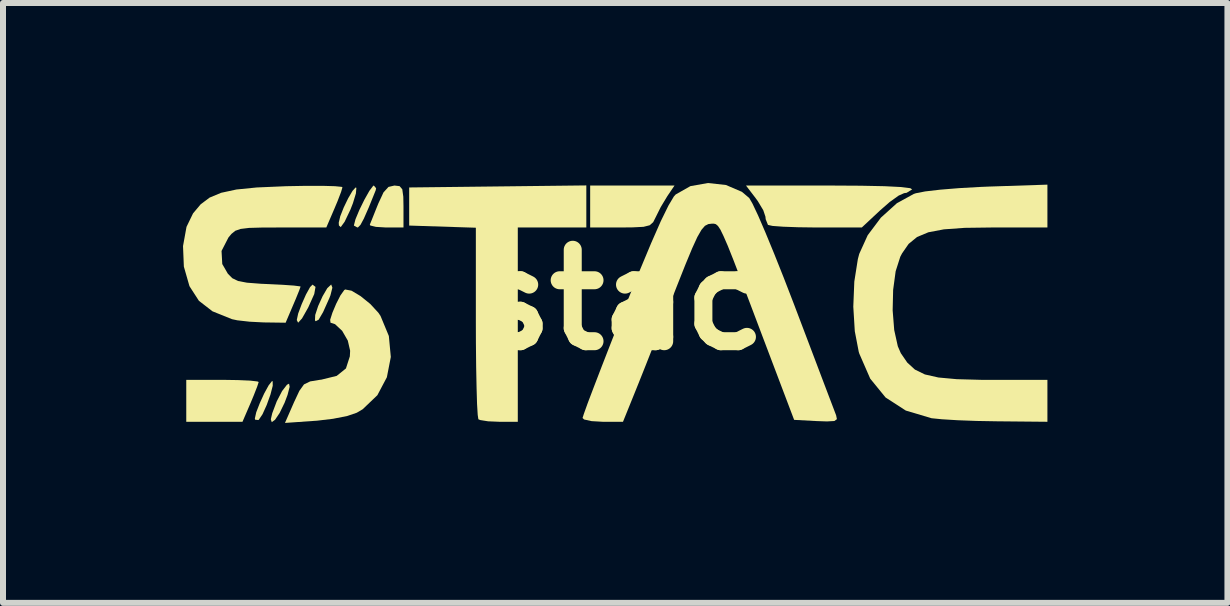
<source format=kicad_pcb>
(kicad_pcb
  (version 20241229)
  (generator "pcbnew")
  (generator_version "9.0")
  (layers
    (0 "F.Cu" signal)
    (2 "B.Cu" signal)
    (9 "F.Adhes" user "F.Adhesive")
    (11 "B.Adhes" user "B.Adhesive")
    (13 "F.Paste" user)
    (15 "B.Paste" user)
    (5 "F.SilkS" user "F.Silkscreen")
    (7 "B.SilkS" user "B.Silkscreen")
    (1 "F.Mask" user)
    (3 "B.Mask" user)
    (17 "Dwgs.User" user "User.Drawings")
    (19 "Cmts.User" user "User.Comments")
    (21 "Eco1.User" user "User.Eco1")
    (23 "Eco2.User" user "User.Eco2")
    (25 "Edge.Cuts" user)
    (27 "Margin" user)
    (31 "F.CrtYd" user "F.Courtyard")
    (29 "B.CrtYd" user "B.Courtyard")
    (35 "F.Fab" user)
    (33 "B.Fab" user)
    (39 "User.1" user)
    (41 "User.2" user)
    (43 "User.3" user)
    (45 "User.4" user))
  (footprint "stac"
    (layer "F.Cu")
    (at 7.293 1.947)
    (property "Reference" "stac" (at 0 0 0) (layer "F.SilkS") (effects (font (size 1.524 1.524) (thickness 0.3))))
    (attr board_only exclude_from_pos_files exclude_from_bom)
    (fp_poly (pts (xy -6.377 1.337) (xy -6.173 1.346) (xy -6.053 1.36) (xy -6.032 1.369) (xy -6.056 1.443) (xy -6.115 1.594) (xy -6.167 1.719) (xy -6.302 2.032) (xy -7.239 2.032) (xy -7.239 1.333) (xy -6.636 1.333)) (stroke (width 0) (type solid)) (fill yes) (layer "F.SilkS"))
    (fp_poly (pts (xy 0.779 -1.73) (xy 0.668 -1.546) (xy 0.586 -1.381) (xy 0.542 -1.294) (xy 0.484 -1.243) (xy 0.381 -1.217) (xy 0.203 -1.208) (xy 0.001 -1.206) (xy -0.508 -1.206) (xy -0.508 -1.905) (xy 0.898 -1.905)) (stroke (width 0) (type solid)) (fill yes) (layer "F.SilkS"))
    (fp_poly (pts (xy -5.516 1.449) (xy -5.551 1.584) (xy -5.6 1.714) (xy -5.684 1.887) (xy -5.76 1.999) (xy -5.814 2.038) (xy -5.83 1.991) (xy -5.806 1.889) (xy -5.731 1.691) (xy -5.642 1.52) (xy -5.561 1.415) (xy -5.526 1.397)) (stroke (width 0) (type solid)) (fill yes) (layer "F.SilkS"))
    (fp_poly (pts (xy -5.085 -0.216) (xy -5.106 -0.097) (xy -5.201 0.115) (xy -5.208 0.13) (xy -5.31 0.31) (xy -5.375 0.381) (xy -5.397 0.337) (xy -5.397 0.335) (xy -5.374 0.228) (xy -5.316 0.073) (xy -5.244 -0.089) (xy -5.176 -0.212) (xy -5.135 -0.254)) (stroke (width 0) (type solid)) (fill yes) (layer "F.SilkS"))
    (fp_poly (pts (xy -4.804 -0.203) (xy -4.836 -0.076) (xy -4.853 -0.032) (xy -4.959 0.205) (xy -5.033 0.331) (xy -5.082 0.356) (xy -5.094 0.342) (xy -5.09 0.252) (xy -5.041 0.103) (xy -4.967 -0.06) (xy -4.889 -0.194) (xy -4.826 -0.254) (xy -4.823 -0.254)) (stroke (width 0) (type solid)) (fill yes) (layer "F.SilkS"))
    (fp_poly (pts (xy -4.404 -1.867) (xy -4.412 -1.773) (xy -4.462 -1.609) (xy -4.504 -1.502) (xy -4.6 -1.301) (xy -4.665 -1.212) (xy -4.695 -1.24) (xy -4.698 -1.286) (xy -4.673 -1.392) (xy -4.615 -1.539) (xy -4.541 -1.692) (xy -4.469 -1.815) (xy -4.417 -1.873)) (stroke (width 0) (type solid)) (fill yes) (layer "F.SilkS"))
    (fp_poly (pts (xy -5.798 1.432) (xy -5.836 1.579) (xy -5.898 1.751) (xy -5.968 1.906) (xy -6.03 1.998) (xy -6.038 2.003) (xy -6.092 1.997) (xy -6.096 1.978) (xy -6.073 1.874) (xy -6.014 1.722) (xy -5.94 1.56) (xy -5.866 1.425) (xy -5.812 1.356) (xy -5.799 1.355)) (stroke (width 0) (type solid)) (fill yes) (layer "F.SilkS"))
    (fp_poly (pts (xy -4.075 -1.86) (xy -4.082 -1.826) (xy -4.198 -1.539) (xy -4.28 -1.353) (xy -4.336 -1.249) (xy -4.376 -1.209) (xy -4.388 -1.206) (xy -4.444 -1.237) (xy -4.445 -1.242) (xy -4.419 -1.343) (xy -4.354 -1.499) (xy -4.27 -1.67) (xy -4.187 -1.817) (xy -4.125 -1.899) (xy -4.113 -1.905)) (stroke (width 0) (type solid)) (fill yes) (layer "F.SilkS"))
    (fp_poly (pts (xy -3.684 -1.895) (xy -3.639 -1.843) (xy -3.622 -1.719) (xy -3.619 -1.556) (xy -3.619 -1.206) (xy -3.911 -1.206) (xy -4.078 -1.216) (xy -4.172 -1.239) (xy -4.18 -1.254) (xy -4.146 -1.337) (xy -4.083 -1.495) (xy -4.039 -1.604) (xy -3.952 -1.791) (xy -3.869 -1.882) (xy -3.77 -1.905)) (stroke (width 0) (type solid)) (fill yes) (layer "F.SilkS"))
    (fp_poly (pts (xy -0.572 -1.206) (xy -1.714 -1.206) (xy -1.714 2.032) (xy -2.021 2.032) (xy -2.21 2.024) (xy -2.341 2.003) (xy -2.371 1.99) (xy -2.382 1.917) (xy -2.393 1.735) (xy -2.401 1.461) (xy -2.408 1.114) (xy -2.412 0.71) (xy -2.413 0.373) (xy -2.413 -1.202) (xy -3.524 -1.238) (xy -3.524 -1.873) (xy -2.048 -1.89) (xy -0.572 -1.907)) (stroke (width 0) (type solid)) (fill yes) (layer "F.SilkS"))
    (fp_poly (pts (xy 4.005 -1.902) (xy 4.399 -1.894) (xy 4.674 -1.88) (xy 4.826 -1.861) (xy 4.858 -1.841) (xy 4.766 -1.784) (xy 4.724 -1.778) (xy 4.632 -1.737) (xy 4.483 -1.63) (xy 4.325 -1.492) (xy 4.019 -1.206) (xy 3.258 -1.206) (xy 2.959 -1.21) (xy 2.708 -1.219) (xy 2.531 -1.232) (xy 2.455 -1.249) (xy 2.417 -1.344) (xy 2.413 -1.386) (xy 2.377 -1.493) (xy 2.286 -1.645) (xy 2.251 -1.693) (xy 2.089 -1.905) (xy 3.493 -1.905)) (stroke (width 0) (type solid)) (fill yes) (layer "F.SilkS"))
    (fp_poly (pts (xy -4.486 -0.153) (xy -4.335 -0.063) (xy -4.173 0.068) (xy -4.038 0.214) (xy -4.002 0.267) (xy -3.863 0.602) (xy -3.83 0.952) (xy -3.896 1.29) (xy -4.054 1.589) (xy -4.299 1.823) (xy -4.397 1.881) (xy -4.555 1.935) (xy -4.793 1.982) (xy -5.061 2.014) (xy -5.093 2.016) (xy -5.594 2.051) (xy -5.444 1.708) (xy -5.354 1.516) (xy -5.277 1.409) (xy -5.174 1.359) (xy -5.008 1.332) (xy -4.988 1.33) (xy -4.732 1.267) (xy -4.578 1.143) (xy -4.513 0.942) (xy -4.508 0.848) (xy -4.547 0.679) (xy -4.641 0.516) (xy -4.76 0.405) (xy -4.835 0.381) (xy -4.841 0.332) (xy -4.803 0.213) (xy -4.74 0.064) (xy -4.669 -0.075) (xy -4.607 -0.162) (xy -4.591 -0.173)) (stroke (width 0) (type solid)) (fill yes) (layer "F.SilkS"))
    (fp_poly (pts (xy -4.966 -1.9) (xy -4.76 -1.894) (xy -4.649 -1.883) (xy -4.636 -1.876) (xy -4.659 -1.798) (xy -4.718 -1.644) (xy -4.77 -1.52) (xy -4.905 -1.206) (xy -5.655 -1.206) (xy -5.974 -1.205) (xy -6.192 -1.199) (xy -6.333 -1.182) (xy -6.422 -1.151) (xy -6.486 -1.099) (xy -6.536 -1.039) (xy -6.651 -0.815) (xy -6.639 -0.597) (xy -6.546 -0.436) (xy -6.472 -0.361) (xy -6.376 -0.314) (xy -6.227 -0.286) (xy -5.994 -0.268) (xy -5.879 -0.263) (xy -5.634 -0.251) (xy -5.446 -0.238) (xy -5.344 -0.225) (xy -5.334 -0.221) (xy -5.357 -0.156) (xy -5.415 -0.013) (xy -5.459 0.09) (xy -5.583 0.381) (xy -5.951 0.376) (xy -6.184 0.364) (xy -6.388 0.341) (xy -6.477 0.322) (xy -6.802 0.191) (xy -7.028 0.016) (xy -7.182 -0.222) (xy -7.188 -0.236) (xy -7.279 -0.554) (xy -7.293 -0.896) (xy -7.235 -1.216) (xy -7.126 -1.441) (xy -6.999 -1.592) (xy -6.85 -1.704) (xy -6.658 -1.784) (xy -6.403 -1.839) (xy -6.064 -1.873) (xy -5.62 -1.892) (xy -5.572 -1.894) (xy -5.244 -1.9)) (stroke (width 0) (type solid)) (fill yes) (layer "F.SilkS"))
    (fp_poly (pts (xy 7.112 -1.206) (xy 6.189 -1.206) (xy 5.734 -1.2) (xy 5.387 -1.175) (xy 5.128 -1.126) (xy 4.939 -1.047) (xy 4.799 -0.932) (xy 4.69 -0.775) (xy 4.66 -0.718) (xy 4.583 -0.477) (xy 4.541 -0.166) (xy 4.533 0.175) (xy 4.559 0.503) (xy 4.619 0.774) (xy 4.669 0.889) (xy 4.777 1.046) (xy 4.904 1.162) (xy 5.07 1.243) (xy 5.296 1.294) (xy 5.602 1.322) (xy 6.007 1.333) (xy 6.175 1.333) (xy 7.112 1.333) (xy 7.112 2.032) (xy 6.271 2.024) (xy 5.931 2.018) (xy 5.614 2.006) (xy 5.354 1.99) (xy 5.184 1.973) (xy 5.175 1.971) (xy 4.752 1.845) (xy 4.415 1.627) (xy 4.159 1.313) (xy 3.978 0.898) (xy 3.968 0.867) (xy 3.902 0.523) (xy 3.877 0.114) (xy 3.894 -0.305) (xy 3.953 -0.679) (xy 3.976 -0.766) (xy 4.117 -1.077) (xy 4.337 -1.37) (xy 4.604 -1.611) (xy 4.885 -1.765) (xy 4.921 -1.777) (xy 5.075 -1.807) (xy 5.325 -1.836) (xy 5.643 -1.862) (xy 5.997 -1.882) (xy 6.144 -1.888) (xy 7.112 -1.92)) (stroke (width 0) (type solid)) (fill yes) (layer "F.SilkS"))
    (fp_poly (pts (xy 1.755 -1.914) (xy 2.021 -1.8) (xy 2.143 -1.697) (xy 2.198 -1.602) (xy 2.291 -1.405) (xy 2.413 -1.122) (xy 2.558 -0.77) (xy 2.719 -0.366) (xy 2.889 0.074) (xy 2.909 0.127) (xy 3.076 0.567) (xy 3.23 0.973) (xy 3.364 1.327) (xy 3.473 1.614) (xy 3.55 1.816) (xy 3.589 1.919) (xy 3.591 1.924) (xy 3.604 1.988) (xy 3.562 2.019) (xy 3.439 2.026) (xy 3.263 2.02) (xy 2.891 2) (xy 2.35 0.572) (xy 2.155 0.056) (xy 1.999 -0.353) (xy 1.878 -0.668) (xy 1.785 -0.901) (xy 1.714 -1.064) (xy 1.662 -1.171) (xy 1.621 -1.232) (xy 1.587 -1.261) (xy 1.553 -1.27) (xy 1.524 -1.27) (xy 1.462 -1.263) (xy 1.405 -1.234) (xy 1.347 -1.167) (xy 1.278 -1.047) (xy 1.192 -0.859) (xy 1.08 -0.589) (xy 0.934 -0.221) (xy 0.86 -0.032) (xy 0.707 0.357) (xy 0.554 0.745) (xy 0.414 1.1) (xy 0.298 1.391) (xy 0.238 1.54) (xy 0.039 2.032) (xy -0.298 2.032) (xy -0.486 2.021) (xy -0.608 1.994) (xy -0.635 1.969) (xy -0.612 1.897) (xy -0.549 1.721) (xy -0.449 1.458) (xy -0.32 1.122) (xy -0.167 0.729) (xy 0.004 0.293) (xy 0.063 0.144) (xy 0.305 -0.458) (xy 0.507 -0.942) (xy 0.67 -1.313) (xy 0.797 -1.572) (xy 0.887 -1.723) (xy 0.917 -1.756) (xy 1.162 -1.895) (xy 1.455 -1.947)) (stroke (width 0) (type solid)) (fill yes) (layer "F.SilkS")))
  (gr_rect
    (start -3 -3)
    (end 17.405 6.997)
    (stroke (width 0.1) (type default))
    (fill no)
    (layer "Edge.Cuts")))
</source>
